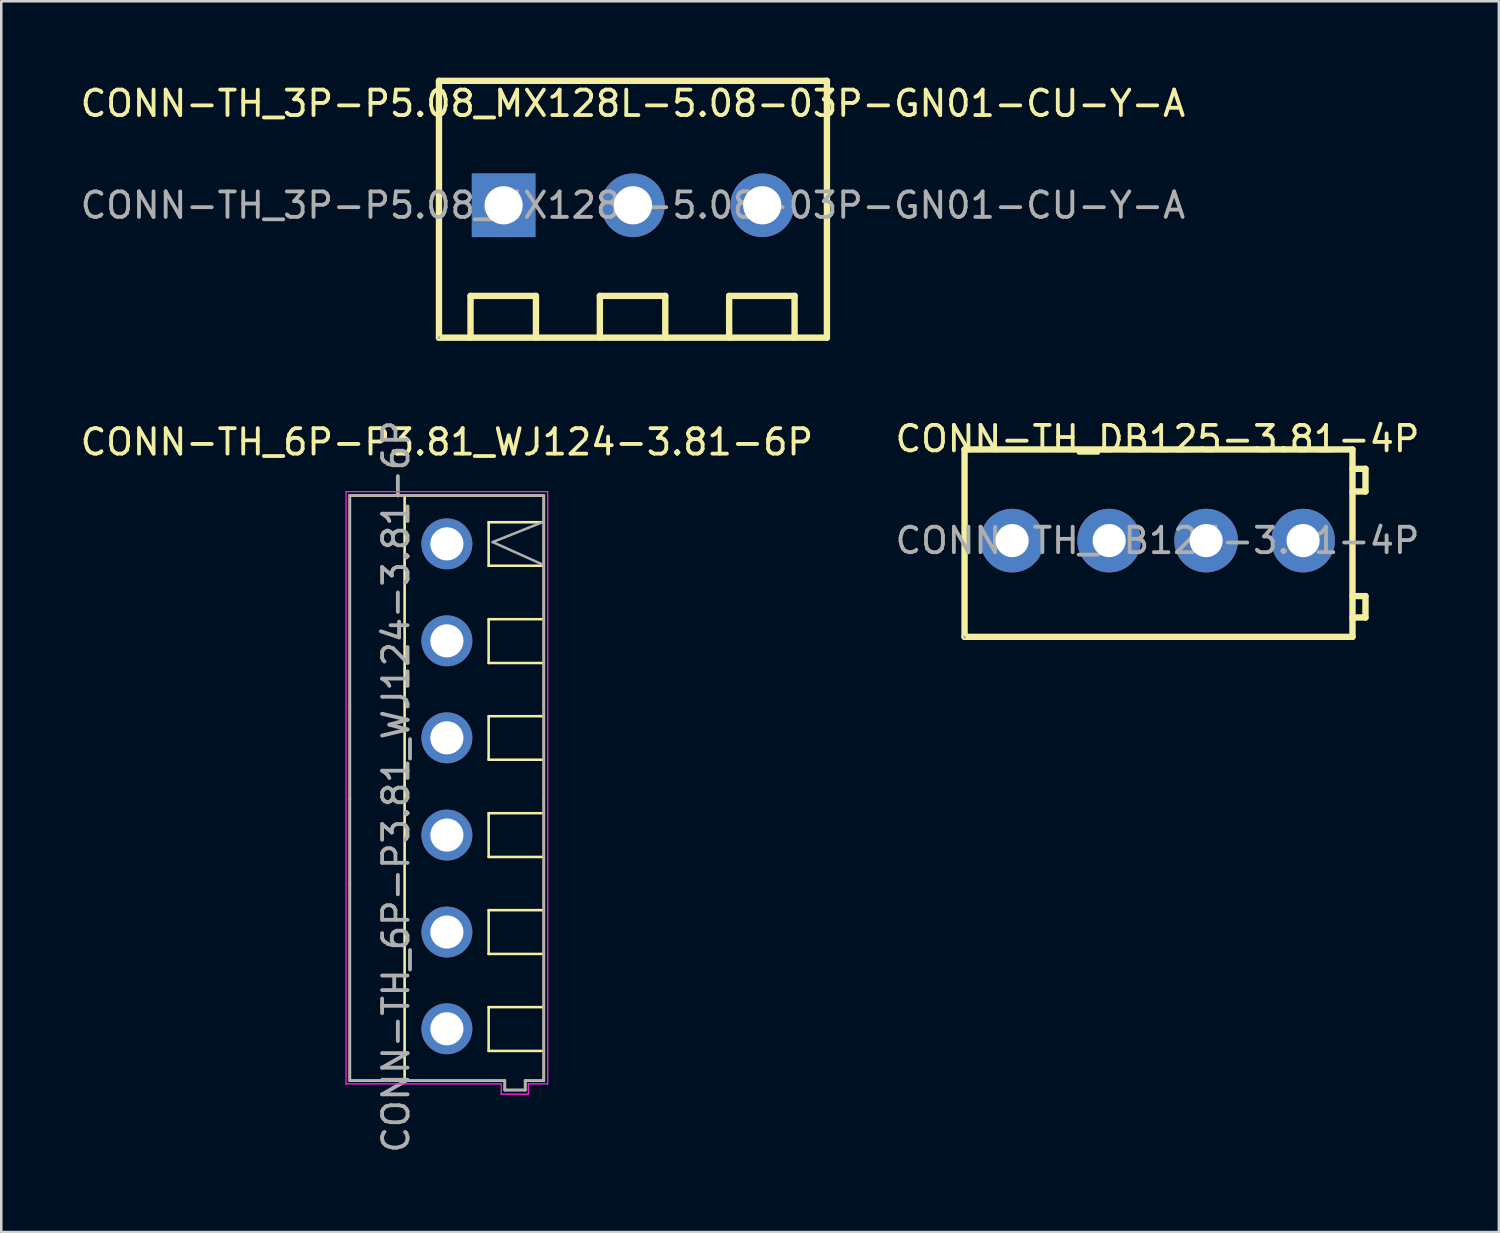
<source format=kicad_pcb>
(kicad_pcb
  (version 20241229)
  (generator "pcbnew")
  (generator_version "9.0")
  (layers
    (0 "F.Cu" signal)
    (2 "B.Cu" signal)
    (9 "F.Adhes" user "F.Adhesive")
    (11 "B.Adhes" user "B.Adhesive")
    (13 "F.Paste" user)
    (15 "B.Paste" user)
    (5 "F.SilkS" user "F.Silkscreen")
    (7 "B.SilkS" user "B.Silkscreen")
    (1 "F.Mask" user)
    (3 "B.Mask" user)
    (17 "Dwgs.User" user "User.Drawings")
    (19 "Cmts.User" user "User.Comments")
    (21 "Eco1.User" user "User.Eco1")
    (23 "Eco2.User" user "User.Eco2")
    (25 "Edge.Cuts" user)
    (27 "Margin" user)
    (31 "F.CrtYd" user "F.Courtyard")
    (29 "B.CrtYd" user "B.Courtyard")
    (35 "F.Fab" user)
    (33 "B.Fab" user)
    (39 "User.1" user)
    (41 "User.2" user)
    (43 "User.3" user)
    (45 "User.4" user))
  (footprint "CONN-TH_6P-P3.81_WJ124-3.81-6P"
    (layer "F.Cu")
    (at 14.506 27.846)
    (property "Reference" "CONN-TH_6P-P3.81_WJ124-3.81-6P" (at 0 -13.53 0) (unlocked yes) (layer "F.SilkS") (effects (font (size 1 1) (thickness 0.15))))
    (attr through_hole)
    (fp_line (start -3.81 -11.43) (end 3.81 -11.43) (stroke (width 0.1) (type solid)) (layer "F.SilkS"))
    (fp_line (start -3.81 -3.17) (end -3.81 -11.43) (stroke (width 0.1) (type solid)) (layer "F.SilkS"))
    (fp_line (start -3.81 0.51) (end -3.81 -3.17) (stroke (width 0.1) (type solid)) (layer "F.SilkS"))
    (fp_line (start -3.81 3.81) (end -3.81 0.51) (stroke (width 0.1) (type solid)) (layer "F.SilkS"))
    (fp_line (start -3.81 11.56) (end -3.81 3.81) (stroke (width 0.1) (type solid)) (layer "F.SilkS"))
    (fp_line (start -1.66 -11.43) (end -1.66 11.56) (stroke (width 0.1) (type solid)) (layer "F.SilkS"))
    (fp_line (start 1.64 -10.38) (end 1.64 -8.67) (stroke (width 0.1) (type solid)) (layer "F.SilkS"))
    (fp_line (start 1.64 -8.67) (end 3.81 -8.67) (stroke (width 0.1) (type solid)) (layer "F.SilkS"))
    (fp_line (start 1.64 -6.57) (end 1.64 -4.85) (stroke (width 0.1) (type solid)) (layer "F.SilkS"))
    (fp_line (start 1.64 -4.85) (end 3.81 -4.85) (stroke (width 0.1) (type solid)) (layer "F.SilkS"))
    (fp_line (start 1.64 -2.76) (end 1.64 -1.05) (stroke (width 0.1) (type solid)) (layer "F.SilkS"))
    (fp_line (start 1.64 -1.05) (end 3.81 -1.05) (stroke (width 0.1) (type solid)) (layer "F.SilkS"))
    (fp_line (start 1.64 1.05) (end 1.64 2.77) (stroke (width 0.1) (type solid)) (layer "F.SilkS"))
    (fp_line (start 1.64 2.77) (end 3.81 2.77) (stroke (width 0.1) (type solid)) (layer "F.SilkS"))
    (fp_line (start 1.64 4.86) (end 1.64 6.58) (stroke (width 0.1) (type solid)) (layer "F.SilkS"))
    (fp_line (start 1.64 6.58) (end 3.81 6.58) (stroke (width 0.1) (type solid)) (layer "F.SilkS"))
    (fp_line (start 1.64 8.67) (end 1.64 10.39) (stroke (width 0.1) (type solid)) (layer "F.SilkS"))
    (fp_line (start 1.64 10.39) (end 3.81 10.39) (stroke (width 0.1) (type solid)) (layer "F.SilkS"))
    (fp_line (start 2.28 11.56) (end -3.81 11.56) (stroke (width 0.1) (type solid)) (layer "F.SilkS"))
    (fp_line (start 2.28 11.93) (end 2.28 11.56) (stroke (width 0.1) (type solid)) (layer "F.SilkS"))
    (fp_line (start 3.08 11.56) (end 3.08 11.93) (stroke (width 0.1) (type solid)) (layer "F.SilkS"))
    (fp_line (start 3.08 11.93) (end 2.28 11.93) (stroke (width 0.1) (type solid)) (layer "F.SilkS"))
    (fp_line (start 3.81 -11.43) (end 3.81 -3.17) (stroke (width 0.1) (type solid)) (layer "F.SilkS"))
    (fp_line (start 3.81 -10.38) (end 1.64 -10.38) (stroke (width 0.1) (type solid)) (layer "F.SilkS"))
    (fp_line (start 3.81 -6.57) (end 1.64 -6.57) (stroke (width 0.1) (type solid)) (layer "F.SilkS"))
    (fp_line (start 3.81 -3.17) (end 3.81 0.51) (stroke (width 0.1) (type solid)) (layer "F.SilkS"))
    (fp_line (start 3.81 -2.76) (end 1.64 -2.76) (stroke (width 0.1) (type solid)) (layer "F.SilkS"))
    (fp_line (start 3.81 0.51) (end 3.81 3.81) (stroke (width 0.1) (type solid)) (layer "F.SilkS"))
    (fp_line (start 3.81 1.05) (end 1.64 1.05) (stroke (width 0.1) (type solid)) (layer "F.SilkS"))
    (fp_line (start 3.81 3.81) (end 3.81 11.43) (stroke (width 0.1) (type solid)) (layer "F.SilkS"))
    (fp_line (start 3.81 4.86) (end 1.64 4.86) (stroke (width 0.1) (type solid)) (layer "F.SilkS"))
    (fp_line (start 3.81 8.67) (end 1.64 8.67) (stroke (width 0.1) (type solid)) (layer "F.SilkS"))
    (fp_line (start 3.81 11.43) (end 3.81 11.56) (stroke (width 0.1) (type solid)) (layer "F.SilkS"))
    (fp_line (start 3.81 11.56) (end 3.08 11.56) (stroke (width 0.1) (type solid)) (layer "F.SilkS"))
    (fp_line (start -3.962 -11.582) (end -3.962 11.684) (stroke (width 0.05) (type default)) (layer "F.CrtYd"))
    (fp_line (start -3.962 11.684) (end 2.134 11.684) (stroke (width 0.05) (type default)) (layer "F.CrtYd"))
    (fp_line (start 2.134 11.684) (end 2.134 12.09) (stroke (width 0.05) (type default)) (layer "F.CrtYd"))
    (fp_line (start 2.134 12.09) (end 3.2 12.09) (stroke (width 0.05) (type default)) (layer "F.CrtYd"))
    (fp_line (start 3.2 11.684) (end 3.962 11.684) (stroke (width 0.05) (type default)) (layer "F.CrtYd"))
    (fp_line (start 3.2 12.09) (end 3.2 11.684) (stroke (width 0.05) (type default)) (layer "F.CrtYd"))
    (fp_line (start 3.962 -11.582) (end -3.962 -11.582) (stroke (width 0.05) (type default)) (layer "F.CrtYd"))
    (fp_line (start 3.962 11.684) (end 3.962 -11.582) (stroke (width 0.05) (type default)) (layer "F.CrtYd"))
    (fp_line (start -3.82 -11.44) (end 3.8 -11.44) (stroke (width 0.1) (type solid)) (layer "F.Fab"))
    (fp_line (start -3.82 -3.18) (end -3.82 -11.44) (stroke (width 0.1) (type solid)) (layer "F.Fab"))
    (fp_line (start -3.82 0.5) (end -3.82 -3.18) (stroke (width 0.1) (type solid)) (layer "F.Fab"))
    (fp_line (start -3.82 3.8) (end -3.82 0.5) (stroke (width 0.1) (type solid)) (layer "F.Fab"))
    (fp_line (start -3.82 11.55) (end -3.82 3.8) (stroke (width 0.1) (type solid)) (layer "F.Fab"))
    (fp_line (start 1.8 -9.6) (end 3.8 -8.7) (stroke (width 0.1) (type default)) (layer "F.Fab"))
    (fp_line (start 2.27 11.55) (end -3.82 11.55) (stroke (width 0.1) (type solid)) (layer "F.Fab"))
    (fp_line (start 2.27 11.92) (end 2.27 11.55) (stroke (width 0.1) (type solid)) (layer "F.Fab"))
    (fp_line (start 3.07 11.55) (end 3.07 11.92) (stroke (width 0.1) (type solid)) (layer "F.Fab"))
    (fp_line (start 3.07 11.92) (end 2.27 11.92) (stroke (width 0.1) (type solid)) (layer "F.Fab"))
    (fp_line (start 3.8 -11.44) (end 3.8 -3.18) (stroke (width 0.1) (type solid)) (layer "F.Fab"))
    (fp_line (start 3.8 -10.4) (end 1.8 -9.6) (stroke (width 0.1) (type default)) (layer "F.Fab"))
    (fp_line (start 3.8 -3.18) (end 3.8 0.5) (stroke (width 0.1) (type solid)) (layer "F.Fab"))
    (fp_line (start 3.8 0.5) (end 3.8 3.8) (stroke (width 0.1) (type solid)) (layer "F.Fab"))
    (fp_line (start 3.8 3.8) (end 3.8 11.42) (stroke (width 0.1) (type solid)) (layer "F.Fab"))
    (fp_line (start 3.8 11.42) (end 3.8 11.55) (stroke (width 0.1) (type solid)) (layer "F.Fab"))
    (fp_line (start 3.8 11.55) (end 3.07 11.55) (stroke (width 0.1) (type solid)) (layer "F.Fab"))
    (fp_text user "${REFERENCE}" (at -2 0 90) (unlocked yes) (layer "F.Fab") (effects (font (size 1 1) (thickness 0.15))))
    (pad "1" thru_hole circle (at 0 -9.53 270) (size 2 2) (drill 1.3) (layers "*.Cu" "*.Mask"))
    (pad "2" thru_hole circle (at 0 -5.72 270) (size 2 2) (drill 1.3) (layers "*.Cu" "*.Mask"))
    (pad "3" thru_hole circle (at 0 -1.91 270) (size 2 2) (drill 1.3) (layers "*.Cu" "*.Mask"))
    (pad "4" thru_hole circle (at 0 1.91 270) (size 2 2) (drill 1.3) (layers "*.Cu" "*.Mask"))
    (pad "5" thru_hole circle (at 0 5.72 270) (size 2 2) (drill 1.3) (layers "*.Cu" "*.Mask"))
    (pad "6" thru_hole circle (at 0 9.52 270) (size 2 2) (drill 1.3) (layers "*.Cu" "*.Mask")))
  (footprint "CONN-TH_3P-P5.08_MX128L-5.08-03P-GN01-CU-Y-A"
    (layer "F.Cu")
    (at 21.815 5.015)
    (property "Reference" "CONN-TH_3P-P5.08_MX128L-5.08-03P-GN01-CU-Y-A" (at 0 -4 0) (layer "F.SilkS") (effects (font (size 1 1) (thickness 0.15))))
    (attr through_hole)
    (fp_line (start -7.62 -4.89) (end -7.62 5.2) (stroke (width 0.25) (type solid)) (layer "F.SilkS"))
    (fp_line (start -6.38 3.56) (end -3.81 3.56) (stroke (width 0.25) (type solid)) (layer "F.SilkS"))
    (fp_line (start -6.38 5.2) (end -6.38 3.56) (stroke (width 0.25) (type solid)) (layer "F.SilkS"))
    (fp_line (start -3.81 3.56) (end -3.81 5.2) (stroke (width 0.25) (type solid)) (layer "F.SilkS"))
    (fp_line (start -1.3 3.56) (end 1.27 3.56) (stroke (width 0.25) (type solid)) (layer "F.SilkS"))
    (fp_line (start -1.3 5.2) (end -1.3 3.56) (stroke (width 0.25) (type solid)) (layer "F.SilkS"))
    (fp_line (start 1.27 3.56) (end 1.27 5.2) (stroke (width 0.25) (type solid)) (layer "F.SilkS"))
    (fp_line (start 3.78 3.56) (end 6.35 3.56) (stroke (width 0.25) (type solid)) (layer "F.SilkS"))
    (fp_line (start 3.78 5.2) (end 3.78 3.56) (stroke (width 0.25) (type solid)) (layer "F.SilkS"))
    (fp_line (start 6.35 3.56) (end 6.35 5.2) (stroke (width 0.25) (type solid)) (layer "F.SilkS"))
    (fp_line (start 7.62 -4.89) (end -7.62 -4.89) (stroke (width 0.25) (type solid)) (layer "F.SilkS"))
    (fp_line (start 7.62 -4.89) (end 7.62 5.2) (stroke (width 0.25) (type solid)) (layer "F.SilkS"))
    (fp_line (start 7.62 5.2) (end -7.62 5.2) (stroke (width 0.25) (type solid)) (layer "F.SilkS"))
    (fp_circle (center -7.62 5.2) (end -7.59 5.2) (stroke (width 0.06) (type solid)) (fill no) (layer "F.Fab"))
    (fp_text user "${REFERENCE}" (at 0 0 0) (layer "F.Fab") (effects (font (size 1 1) (thickness 0.15))))
    (pad "1" thru_hole rect (at -5.08 0) (size 2.5 2.5) (drill 1.5) (layers "*.Cu" "*.Mask"))
    (pad "2" thru_hole circle (at 0 0) (size 2.5 2.5) (drill 1.5) (layers "*.Cu" "*.Mask"))
    (pad "3" thru_hole circle (at 5.08 0) (size 2.5 2.5) (drill 1.5) (layers "*.Cu" "*.Mask")))
  (footprint "CONN-TH_DB125-3.81-4P"
    (layer "F.Cu")
    (at 42.423 18.188)
    (property "Reference" "CONN-TH_DB125-3.81-4P" (at 0 -4 0) (layer "F.SilkS") (effects (font (size 1 1) (thickness 0.15))))
    (attr through_hole)
    (fp_line (start -7.58 -3.58) (end 7.66 -3.58) (stroke (width 0.25) (type solid)) (layer "F.SilkS"))
    (fp_line (start -7.58 3.78) (end -7.58 -3.58) (stroke (width 0.25) (type solid)) (layer "F.SilkS"))
    (fp_line (start 7.66 -3.58) (end 7.66 3.78) (stroke (width 0.25) (type solid)) (layer "F.SilkS"))
    (fp_line (start 7.66 -2.82) (end 8.17 -2.82) (stroke (width 0.25) (type solid)) (layer "F.SilkS"))
    (fp_line (start 7.66 2.18) (end 8.17 2.18) (stroke (width 0.25) (type solid)) (layer "F.SilkS"))
    (fp_line (start 7.66 3.78) (end -7.58 3.78) (stroke (width 0.25) (type solid)) (layer "F.SilkS"))
    (fp_line (start 8.17 -2.82) (end 8.17 -1.93) (stroke (width 0.25) (type solid)) (layer "F.SilkS"))
    (fp_line (start 8.17 -1.93) (end 7.66 -1.93) (stroke (width 0.25) (type solid)) (layer "F.SilkS"))
    (fp_line (start 8.17 2.18) (end 8.17 3.02) (stroke (width 0.25) (type solid)) (layer "F.SilkS"))
    (fp_line (start 8.17 3.02) (end 7.66 3.02) (stroke (width 0.25) (type solid)) (layer "F.SilkS"))
    (fp_circle (center -7.58 3.79) (end -7.55 3.79) (stroke (width 0.06) (type solid)) (fill no) (layer "F.Fab"))
    (fp_text user "${REFERENCE}" (at 0 0 0) (layer "F.Fab") (effects (font (size 1 1) (thickness 0.15))))
    (pad "1" thru_hole circle (at -5.71 0) (size 2.5 2.5) (drill 1.3) (layers "*.Cu" "*.Mask"))
    (pad "2" thru_hole circle (at -1.9 0) (size 2.5 2.5) (drill 1.3) (layers "*.Cu" "*.Mask"))
    (pad "3" thru_hole circle (at 1.91 0) (size 2.5 2.5) (drill 1.3) (layers "*.Cu" "*.Mask"))
    (pad "4" thru_hole circle (at 5.72 0) (size 2.5 2.5) (drill 1.3) (layers "*.Cu" "*.Mask")))
  (gr_rect
    (start -3 -3)
    (end 55.833 45.352)
    (stroke (width 0.1) (type default))
    (fill no)
    (layer "Edge.Cuts")))
</source>
